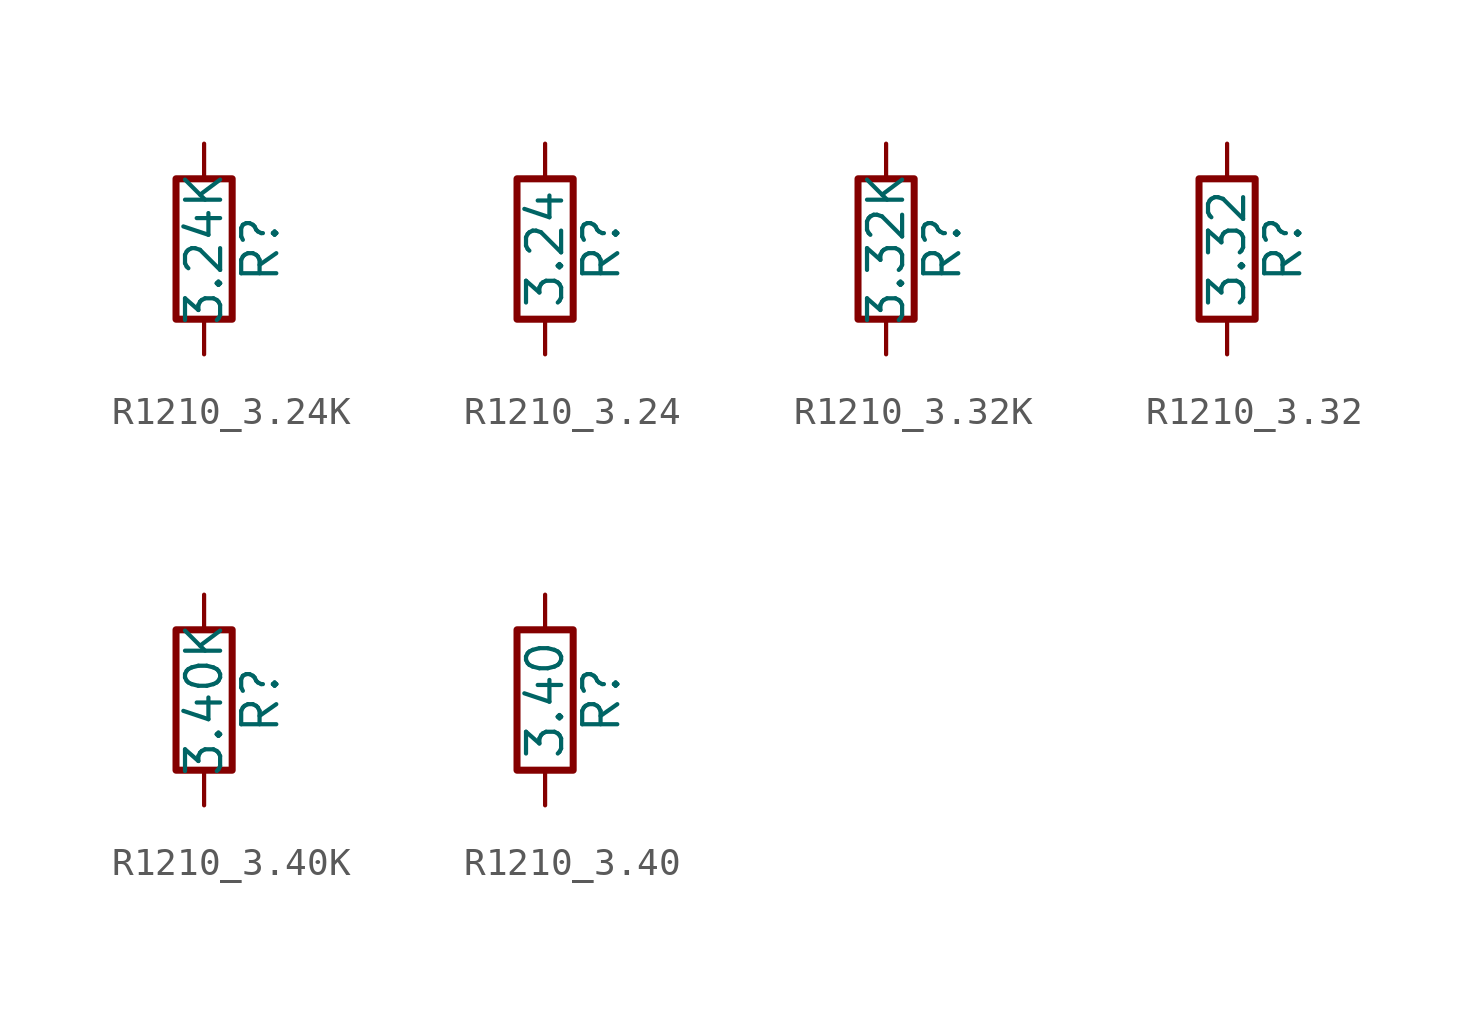
<source format=kicad_sym>
(kicad_symbol_lib
  (version 20211014)
  (generator atlantix-eda)
  (symbol "R1210_3.24K"
    (pin_numbers hide)
    (pin_names
      (offset 0))
    (property "Reference" "R"
      (at 2.032 0 90)
      (effects (font (size 1.27 1.27))))
    (property "Value" "3.24K"
      (at 0 0 90)
      (effects (font (size 1.27 1.27))))
    (symbol "R1210_3.24K_0_1"
      (rectangle (start -1.016 -2.54) (end 1.016 2.54) (stroke (width 0.254) (type default) (color 0 0 0 0)) (fill (type none))))
    (symbol "R1210_3.24K_1_1"
      (pin passive line (at 0 3.81 270) (length 1.27) (name "~" (effects (font (size 1.27 1.27)))) (number "1" (effects (font (size 1.27 1.27)))))
      (pin passive line (at 0 -3.81 90) (length 1.27) (name "~" (effects (font (size 1.27 1.27)))) (number "2" (effects (font (size 1.27 1.27)))))))
  (symbol "R1210_3.24"
    (pin_numbers hide)
    (pin_names
      (offset 0))
    (property "Reference" "R"
      (at 2.032 0 90)
      (effects (font (size 1.27 1.27))))
    (property "Value" "3.24"
      (at 0 0 90)
      (effects (font (size 1.27 1.27))))
    (symbol "R1210_3.24_0_1"
      (rectangle (start -1.016 -2.54) (end 1.016 2.54) (stroke (width 0.254) (type default) (color 0 0 0 0)) (fill (type none))))
    (symbol "R1210_3.24_1_1"
      (pin passive line (at 0 3.81 270) (length 1.27) (name "~" (effects (font (size 1.27 1.27)))) (number "1" (effects (font (size 1.27 1.27)))))
      (pin passive line (at 0 -3.81 90) (length 1.27) (name "~" (effects (font (size 1.27 1.27)))) (number "2" (effects (font (size 1.27 1.27)))))))
  (symbol "R1210_3.32K"
    (pin_numbers hide)
    (pin_names
      (offset 0))
    (property "Reference" "R"
      (at 2.032 0 90)
      (effects (font (size 1.27 1.27))))
    (property "Value" "3.32K"
      (at 0 0 90)
      (effects (font (size 1.27 1.27))))
    (symbol "R1210_3.32K_0_1"
      (rectangle (start -1.016 -2.54) (end 1.016 2.54) (stroke (width 0.254) (type default) (color 0 0 0 0)) (fill (type none))))
    (symbol "R1210_3.32K_1_1"
      (pin passive line (at 0 3.81 270) (length 1.27) (name "~" (effects (font (size 1.27 1.27)))) (number "1" (effects (font (size 1.27 1.27)))))
      (pin passive line (at 0 -3.81 90) (length 1.27) (name "~" (effects (font (size 1.27 1.27)))) (number "2" (effects (font (size 1.27 1.27)))))))
  (symbol "R1210_3.32"
    (pin_numbers hide)
    (pin_names
      (offset 0))
    (property "Reference" "R"
      (at 2.032 0 90)
      (effects (font (size 1.27 1.27))))
    (property "Value" "3.32"
      (at 0 0 90)
      (effects (font (size 1.27 1.27))))
    (symbol "R1210_3.32_0_1"
      (rectangle (start -1.016 -2.54) (end 1.016 2.54) (stroke (width 0.254) (type default) (color 0 0 0 0)) (fill (type none))))
    (symbol "R1210_3.32_1_1"
      (pin passive line (at 0 3.81 270) (length 1.27) (name "~" (effects (font (size 1.27 1.27)))) (number "1" (effects (font (size 1.27 1.27)))))
      (pin passive line (at 0 -3.81 90) (length 1.27) (name "~" (effects (font (size 1.27 1.27)))) (number "2" (effects (font (size 1.27 1.27)))))))
  (symbol "R1210_3.40K"
    (pin_numbers hide)
    (pin_names
      (offset 0))
    (property "Reference" "R"
      (at 2.032 0 90)
      (effects (font (size 1.27 1.27))))
    (property "Value" "3.40K"
      (at 0 0 90)
      (effects (font (size 1.27 1.27))))
    (symbol "R1210_3.40K_0_1"
      (rectangle (start -1.016 -2.54) (end 1.016 2.54) (stroke (width 0.254) (type default) (color 0 0 0 0)) (fill (type none))))
    (symbol "R1210_3.40K_1_1"
      (pin passive line (at 0 3.81 270) (length 1.27) (name "~" (effects (font (size 1.27 1.27)))) (number "1" (effects (font (size 1.27 1.27)))))
      (pin passive line (at 0 -3.81 90) (length 1.27) (name "~" (effects (font (size 1.27 1.27)))) (number "2" (effects (font (size 1.27 1.27)))))))
  (symbol "R1210_3.40"
    (pin_numbers hide)
    (pin_names
      (offset 0))
    (property "Reference" "R"
      (at 2.032 0 90)
      (effects (font (size 1.27 1.27))))
    (property "Value" "3.40"
      (at 0 0 90)
      (effects (font (size 1.27 1.27))))
    (symbol "R1210_3.40_0_1"
      (rectangle (start -1.016 -2.54) (end 1.016 2.54) (stroke (width 0.254) (type default) (color 0 0 0 0)) (fill (type none))))
    (symbol "R1210_3.40_1_1"
      (pin passive line (at 0 3.81 270) (length 1.27) (name "~" (effects (font (size 1.27 1.27)))) (number "1" (effects (font (size 1.27 1.27)))))
      (pin passive line (at 0 -3.81 90) (length 1.27) (name "~" (effects (font (size 1.27 1.27)))) (number "2" (effects (font (size 1.27 1.27))))))))
</source>
